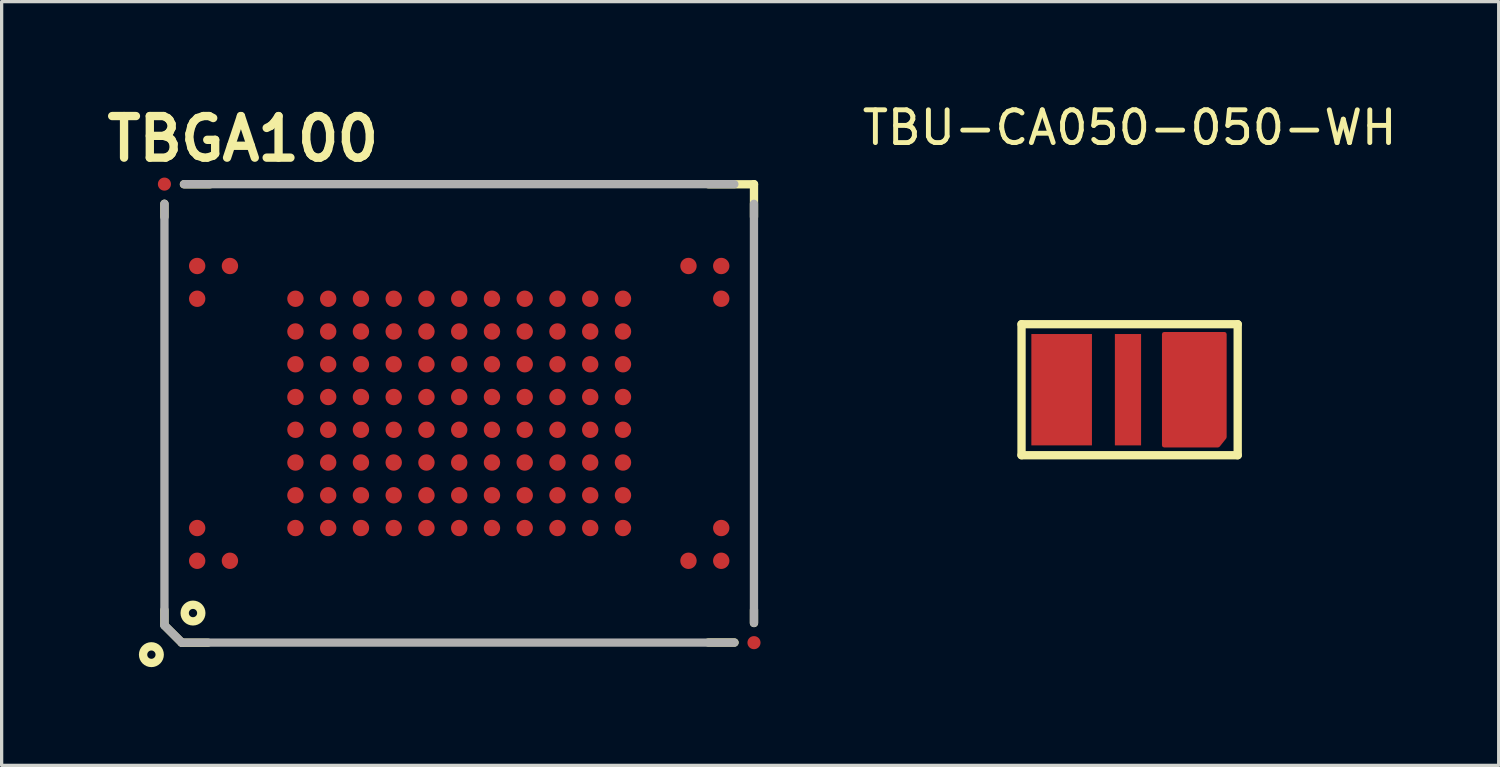
<source format=kicad_pcb>
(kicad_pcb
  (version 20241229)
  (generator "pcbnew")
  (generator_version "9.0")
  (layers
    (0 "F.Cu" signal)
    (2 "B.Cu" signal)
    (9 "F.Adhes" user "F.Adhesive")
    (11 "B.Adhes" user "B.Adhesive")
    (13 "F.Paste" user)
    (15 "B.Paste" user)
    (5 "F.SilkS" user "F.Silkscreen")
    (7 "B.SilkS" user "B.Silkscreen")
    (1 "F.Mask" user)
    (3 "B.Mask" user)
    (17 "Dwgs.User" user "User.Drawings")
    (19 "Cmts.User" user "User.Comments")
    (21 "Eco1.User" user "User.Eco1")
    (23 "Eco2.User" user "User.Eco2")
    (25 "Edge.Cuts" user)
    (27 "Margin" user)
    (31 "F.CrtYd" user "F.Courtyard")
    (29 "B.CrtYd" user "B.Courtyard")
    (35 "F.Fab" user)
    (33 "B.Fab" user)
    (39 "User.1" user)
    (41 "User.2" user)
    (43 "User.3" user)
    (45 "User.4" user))
  (footprint "TBU-CA050-050-WH"
    (layer "F.Cu")
    (at 31.438 8.848)
    (property "Reference" "TBU-CA050-050-WH" (at 0 -8 0) (layer "F.SilkS") (effects (font (size 1 1) (thickness 0.15))))
    (attr smd)
    (fp_line (start -3.3 -2) (end -3.3 2) (stroke (width 0.254) (type solid)) (layer "F.SilkS"))
    (fp_line (start 3.3 -2) (end -3.3 -2) (stroke (width 0.254) (type solid)) (layer "F.SilkS"))
    (fp_line (start 3.3 -2) (end 3.3 2) (stroke (width 0.254) (type solid)) (layer "F.SilkS"))
    (fp_line (start 3.3 2) (end -3.3 2) (stroke (width 0.254) (type solid)) (layer "F.SilkS"))
    (pad "1" smd rect (at -2.075 0) (size 1.85 3.4) (layers "F.Cu" "F.Mask" "F.Paste"))
    (pad "2" smd rect (at -0.05 0) (size 0.8 3.4) (layers "F.Cu" "F.Mask" "F.Paste"))
    (pad "3" smd custom (at 1.975 0) (size 1.85 1.85) (layers "F.Cu" "F.Mask" "F.Paste") (options (anchor rect)) (primitives (gr_poly (pts (xy -0.925 -1.7) (xy -0.925 1.7) (xy 0.725 1.7) (xy 0.925 1.45) (xy 0.925 -1.7)) (width 0.125) (fill yes)))))
  (footprint "TBGA100"
    (layer "F.Cu")
    (at 10.97 9.571)
    (property "Reference" "TBGA100" (at -6.604 -8.382 0) (layer "F.SilkS") (effects (font (size 1.27 1.27) (thickness 0.254))))
    (attr smd)
    (fp_line (start -9 -6.4) (end -9 -6) (stroke (width 0.254) (type solid)) (layer "F.SilkS"))
    (fp_line (start -9 6) (end -9 6.4) (stroke (width 0.254) (type solid)) (layer "F.SilkS"))
    (fp_line (start -8.47 7) (end -9 6.47) (stroke (width 0.254) (type solid)) (layer "F.SilkS"))
    (fp_line (start -8.405 -6.995) (end -7.605 -6.995) (stroke (width 0.254) (type solid)) (layer "F.SilkS"))
    (fp_line (start -7.67 7) (end -8.47 7) (stroke (width 0.254) (type solid)) (layer "F.SilkS"))
    (fp_line (start 7.605 -6.995) (end 9 -6.995) (stroke (width 0.254) (type solid)) (layer "F.SilkS"))
    (fp_line (start 7.605 6.995) (end 8.405 6.995) (stroke (width 0.254) (type solid)) (layer "F.SilkS"))
    (fp_line (start 9 -7) (end 9 -6) (stroke (width 0.254) (type solid)) (layer "F.SilkS"))
    (fp_line (start 9 6) (end 9 6.4) (stroke (width 0.254) (type solid)) (layer "F.SilkS"))
    (fp_circle (center -9.398 7.366) (end -9.144 7.366) (stroke (width 0.254) (type solid)) (fill no) (layer "F.SilkS"))
    (fp_circle (center -8.128 6.096) (end -7.874 6.096) (stroke (width 0.254) (type solid)) (fill no) (layer "F.SilkS"))
    (fp_line (start -8.999 -6.398) (end -8.999 6.472) (stroke (width 0.254) (type solid)) (layer "F.Fab"))
    (fp_line (start -8.999 6.472) (end -8.471 6.998) (stroke (width 0.254) (type solid)) (layer "F.Fab"))
    (fp_line (start -8.471 6.998) (end 8.4 6.998) (stroke (width 0.254) (type solid)) (layer "F.Fab"))
    (fp_line (start 8.4 -6.998) (end -8.4 -6.998) (stroke (width 0.254) (type solid)) (layer "F.Fab"))
    (fp_line (start 8.999 6.398) (end 8.999 -6.398) (stroke (width 0.254) (type solid)) (layer "F.Fab"))
    (pad "A1" smd circle (at -8 4.5 90) (size 0.5 0.5) (layers "F.Cu" "F.Mask" "F.Paste"))
    (pad "A2" smd circle (at -8 3.5 90) (size 0.5 0.5) (layers "F.Cu" "F.Mask" "F.Paste"))
    (pad "A9" smd circle (at -8 -3.5 90) (size 0.5 0.5) (layers "F.Cu" "F.Mask" "F.Paste"))
    (pad "A10" smd circle (at -8 -4.5 90) (size 0.5 0.5) (layers "F.Cu" "F.Mask" "F.Paste"))
    (pad "B1" smd circle (at -7 4.5 90) (size 0.5 0.5) (layers "F.Cu" "F.Mask" "F.Paste"))
    (pad "B10" smd circle (at -7 -4.5 90) (size 0.5 0.5) (layers "F.Cu" "F.Mask" "F.Paste"))
    (pad "D2" smd circle (at -5 3.5 90) (size 0.5 0.5) (layers "F.Cu" "F.Mask" "F.Paste"))
    (pad "D3" smd circle (at -5 2.5 90) (size 0.5 0.5) (layers "F.Cu" "F.Mask" "F.Paste"))
    (pad "D4" smd circle (at -5 1.5 90) (size 0.5 0.5) (layers "F.Cu" "F.Mask" "F.Paste"))
    (pad "D5" smd circle (at -5 0.5 90) (size 0.5 0.5) (layers "F.Cu" "F.Mask" "F.Paste"))
    (pad "D6" smd circle (at -5 -0.5 90) (size 0.5 0.5) (layers "F.Cu" "F.Mask" "F.Paste"))
    (pad "D7" smd circle (at -5 -1.5 90) (size 0.5 0.5) (layers "F.Cu" "F.Mask" "F.Paste"))
    (pad "D8" smd circle (at -5 -2.5 90) (size 0.5 0.5) (layers "F.Cu" "F.Mask" "F.Paste"))
    (pad "D9" smd circle (at -5 -3.5 90) (size 0.5 0.5) (layers "F.Cu" "F.Mask" "F.Paste"))
    (pad "E2" smd circle (at -4 3.5 90) (size 0.5 0.5) (layers "F.Cu" "F.Mask" "F.Paste"))
    (pad "E3" smd circle (at -4 2.5 90) (size 0.5 0.5) (layers "F.Cu" "F.Mask" "F.Paste"))
    (pad "E4" smd circle (at -4 1.5 90) (size 0.5 0.5) (layers "F.Cu" "F.Mask" "F.Paste"))
    (pad "E5" smd circle (at -4 0.5 90) (size 0.5 0.5) (layers "F.Cu" "F.Mask" "F.Paste"))
    (pad "E6" smd circle (at -4 -0.5 90) (size 0.5 0.5) (layers "F.Cu" "F.Mask" "F.Paste"))
    (pad "E7" smd circle (at -4 -1.5 90) (size 0.5 0.5) (layers "F.Cu" "F.Mask" "F.Paste"))
    (pad "E8" smd circle (at -4 -2.5 90) (size 0.5 0.5) (layers "F.Cu" "F.Mask" "F.Paste"))
    (pad "E9" smd circle (at -4 -3.5 90) (size 0.5 0.5) (layers "F.Cu" "F.Mask" "F.Paste"))
    (pad "F2" smd circle (at -3 3.5 90) (size 0.5 0.5) (layers "F.Cu" "F.Mask" "F.Paste"))
    (pad "F3" smd circle (at -3 2.5 90) (size 0.5 0.5) (layers "F.Cu" "F.Mask" "F.Paste"))
    (pad "F4" smd circle (at -3 1.5 90) (size 0.5 0.5) (layers "F.Cu" "F.Mask" "F.Paste"))
    (pad "F5" smd circle (at -3 0.5 90) (size 0.5 0.5) (layers "F.Cu" "F.Mask" "F.Paste"))
    (pad "F6" smd circle (at -3 -0.5 90) (size 0.5 0.5) (layers "F.Cu" "F.Mask" "F.Paste"))
    (pad "F7" smd circle (at -3 -1.5 90) (size 0.5 0.5) (layers "F.Cu" "F.Mask" "F.Paste"))
    (pad "F8" smd circle (at -3 -2.5 90) (size 0.5 0.5) (layers "F.Cu" "F.Mask" "F.Paste"))
    (pad "F9" smd circle (at -3 -3.5 90) (size 0.5 0.5) (layers "F.Cu" "F.Mask" "F.Paste"))
    (pad "FID1" smd circle (at 9 7 90) (size 0.4 0.4) (layers "F.Cu" "F.Mask"))
    (pad "FID3" smd circle (at -9 -7 90) (size 0.4 0.4) (layers "F.Cu" "F.Mask"))
    (pad "G2" smd circle (at -2 3.5 90) (size 0.5 0.5) (layers "F.Cu" "F.Mask" "F.Paste"))
    (pad "G3" smd circle (at -2 2.5 90) (size 0.5 0.5) (layers "F.Cu" "F.Mask" "F.Paste"))
    (pad "G4" smd circle (at -2 1.5 90) (size 0.5 0.5) (layers "F.Cu" "F.Mask" "F.Paste"))
    (pad "G5" smd circle (at -2 0.5 90) (size 0.5 0.5) (layers "F.Cu" "F.Mask" "F.Paste"))
    (pad "G6" smd circle (at -2 -0.5 90) (size 0.5 0.5) (layers "F.Cu" "F.Mask" "F.Paste"))
    (pad "G7" smd circle (at -2 -1.5 90) (size 0.5 0.5) (layers "F.Cu" "F.Mask" "F.Paste"))
    (pad "G8" smd circle (at -2 -2.5 90) (size 0.5 0.5) (layers "F.Cu" "F.Mask" "F.Paste"))
    (pad "G9" smd circle (at -2 -3.5 90) (size 0.5 0.5) (layers "F.Cu" "F.Mask" "F.Paste"))
    (pad "H2" smd circle (at -1 3.5 90) (size 0.5 0.5) (layers "F.Cu" "F.Mask" "F.Paste"))
    (pad "H3" smd circle (at -1 2.5 90) (size 0.5 0.5) (layers "F.Cu" "F.Mask" "F.Paste"))
    (pad "H4" smd circle (at -1 1.5 90) (size 0.5 0.5) (layers "F.Cu" "F.Mask" "F.Paste"))
    (pad "H5" smd circle (at -1 0.5 90) (size 0.5 0.5) (layers "F.Cu" "F.Mask" "F.Paste"))
    (pad "H6" smd circle (at -1 -0.5 90) (size 0.5 0.5) (layers "F.Cu" "F.Mask" "F.Paste"))
    (pad "H7" smd circle (at -1 -1.5 90) (size 0.5 0.5) (layers "F.Cu" "F.Mask" "F.Paste"))
    (pad "H8" smd circle (at -1 -2.5 90) (size 0.5 0.5) (layers "F.Cu" "F.Mask" "F.Paste"))
    (pad "H9" smd circle (at -1 -3.5 90) (size 0.5 0.5) (layers "F.Cu" "F.Mask" "F.Paste"))
    (pad "J2" smd circle (at 0 3.5 90) (size 0.5 0.5) (layers "F.Cu" "F.Mask" "F.Paste"))
    (pad "J3" smd circle (at 0 2.5 90) (size 0.5 0.5) (layers "F.Cu" "F.Mask" "F.Paste"))
    (pad "J4" smd circle (at 0 1.5 90) (size 0.5 0.5) (layers "F.Cu" "F.Mask" "F.Paste"))
    (pad "J5" smd circle (at 0 0.5 90) (size 0.5 0.5) (layers "F.Cu" "F.Mask" "F.Paste"))
    (pad "J6" smd circle (at 0 -0.5 90) (size 0.5 0.5) (layers "F.Cu" "F.Mask" "F.Paste"))
    (pad "J7" smd circle (at 0 -1.5 90) (size 0.5 0.5) (layers "F.Cu" "F.Mask" "F.Paste"))
    (pad "J8" smd circle (at 0 -2.5 90) (size 0.5 0.5) (layers "F.Cu" "F.Mask" "F.Paste"))
    (pad "J9" smd circle (at 0 -3.5 90) (size 0.5 0.5) (layers "F.Cu" "F.Mask" "F.Paste"))
    (pad "K2" smd circle (at 1 3.5 90) (size 0.5 0.5) (layers "F.Cu" "F.Mask" "F.Paste"))
    (pad "K3" smd circle (at 1 2.5 90) (size 0.5 0.5) (layers "F.Cu" "F.Mask" "F.Paste"))
    (pad "K4" smd circle (at 1 1.5 90) (size 0.5 0.5) (layers "F.Cu" "F.Mask" "F.Paste"))
    (pad "K5" smd circle (at 1 0.5 90) (size 0.5 0.5) (layers "F.Cu" "F.Mask" "F.Paste"))
    (pad "K6" smd circle (at 1 -0.5 90) (size 0.5 0.5) (layers "F.Cu" "F.Mask" "F.Paste"))
    (pad "K7" smd circle (at 1 -1.5 90) (size 0.5 0.5) (layers "F.Cu" "F.Mask" "F.Paste"))
    (pad "K8" smd circle (at 1 -2.5 90) (size 0.5 0.5) (layers "F.Cu" "F.Mask" "F.Paste"))
    (pad "K9" smd circle (at 1 -3.5 90) (size 0.5 0.5) (layers "F.Cu" "F.Mask" "F.Paste"))
    (pad "L2" smd circle (at 2 3.5 90) (size 0.5 0.5) (layers "F.Cu" "F.Mask" "F.Paste"))
    (pad "L3" smd circle (at 2 2.5 90) (size 0.5 0.5) (layers "F.Cu" "F.Mask" "F.Paste"))
    (pad "L4" smd circle (at 2 1.5 90) (size 0.5 0.5) (layers "F.Cu" "F.Mask" "F.Paste"))
    (pad "L5" smd circle (at 2 0.5 90) (size 0.5 0.5) (layers "F.Cu" "F.Mask" "F.Paste"))
    (pad "L6" smd circle (at 2 -0.5 90) (size 0.5 0.5) (layers "F.Cu" "F.Mask" "F.Paste"))
    (pad "L7" smd circle (at 2 -1.5 90) (size 0.5 0.5) (layers "F.Cu" "F.Mask" "F.Paste"))
    (pad "L8" smd circle (at 2 -2.5 90) (size 0.5 0.5) (layers "F.Cu" "F.Mask" "F.Paste"))
    (pad "L9" smd circle (at 2 -3.5 90) (size 0.5 0.5) (layers "F.Cu" "F.Mask" "F.Paste"))
    (pad "M2" smd circle (at 3 3.5 90) (size 0.5 0.5) (layers "F.Cu" "F.Mask" "F.Paste"))
    (pad "M3" smd circle (at 3 2.5 90) (size 0.5 0.5) (layers "F.Cu" "F.Mask" "F.Paste"))
    (pad "M4" smd circle (at 3 1.5 90) (size 0.5 0.5) (layers "F.Cu" "F.Mask" "F.Paste"))
    (pad "M5" smd circle (at 3 0.5 90) (size 0.5 0.5) (layers "F.Cu" "F.Mask" "F.Paste"))
    (pad "M6" smd circle (at 3 -0.5 90) (size 0.5 0.5) (layers "F.Cu" "F.Mask" "F.Paste"))
    (pad "M7" smd circle (at 3 -1.5 90) (size 0.5 0.5) (layers "F.Cu" "F.Mask" "F.Paste"))
    (pad "M8" smd circle (at 3 -2.5 90) (size 0.5 0.5) (layers "F.Cu" "F.Mask" "F.Paste"))
    (pad "M9" smd circle (at 3 -3.5 90) (size 0.5 0.5) (layers "F.Cu" "F.Mask" "F.Paste"))
    (pad "N2" smd circle (at 4 3.5 90) (size 0.5 0.5) (layers "F.Cu" "F.Mask" "F.Paste"))
    (pad "N3" smd circle (at 4 2.5 90) (size 0.5 0.5) (layers "F.Cu" "F.Mask" "F.Paste"))
    (pad "N4" smd circle (at 4 1.5 90) (size 0.5 0.5) (layers "F.Cu" "F.Mask" "F.Paste"))
    (pad "N5" smd circle (at 4 0.5 90) (size 0.5 0.5) (layers "F.Cu" "F.Mask" "F.Paste"))
    (pad "N6" smd circle (at 4 -0.5 90) (size 0.5 0.5) (layers "F.Cu" "F.Mask" "F.Paste"))
    (pad "N7" smd circle (at 4 -1.5 90) (size 0.5 0.5) (layers "F.Cu" "F.Mask" "F.Paste"))
    (pad "N8" smd circle (at 4 -2.5 90) (size 0.5 0.5) (layers "F.Cu" "F.Mask" "F.Paste"))
    (pad "N9" smd circle (at 4 -3.5 90) (size 0.5 0.5) (layers "F.Cu" "F.Mask" "F.Paste"))
    (pad "P2" smd circle (at 5 3.5 90) (size 0.5 0.5) (layers "F.Cu" "F.Mask" "F.Paste"))
    (pad "P3" smd circle (at 5 2.5 90) (size 0.5 0.5) (layers "F.Cu" "F.Mask" "F.Paste"))
    (pad "P4" smd circle (at 5 1.5 90) (size 0.5 0.5) (layers "F.Cu" "F.Mask" "F.Paste"))
    (pad "P5" smd circle (at 5 0.5 90) (size 0.5 0.5) (layers "F.Cu" "F.Mask" "F.Paste"))
    (pad "P6" smd circle (at 5 -0.5 90) (size 0.5 0.5) (layers "F.Cu" "F.Mask" "F.Paste"))
    (pad "P7" smd circle (at 5 -1.5 90) (size 0.5 0.5) (layers "F.Cu" "F.Mask" "F.Paste"))
    (pad "P8" smd circle (at 5 -2.5 90) (size 0.5 0.5) (layers "F.Cu" "F.Mask" "F.Paste"))
    (pad "P9" smd circle (at 5 -3.5 90) (size 0.5 0.5) (layers "F.Cu" "F.Mask" "F.Paste"))
    (pad "T1" smd circle (at 7 4.5 90) (size 0.5 0.5) (layers "F.Cu" "F.Mask" "F.Paste"))
    (pad "T10" smd circle (at 7 -4.5 90) (size 0.5 0.5) (layers "F.Cu" "F.Mask" "F.Paste"))
    (pad "U1" smd circle (at 8 4.5 90) (size 0.5 0.5) (layers "F.Cu" "F.Mask" "F.Paste"))
    (pad "U2" smd circle (at 8 3.5 90) (size 0.5 0.5) (layers "F.Cu" "F.Mask" "F.Paste"))
    (pad "U9" smd circle (at 8 -3.5 90) (size 0.5 0.5) (layers "F.Cu" "F.Mask" "F.Paste"))
    (pad "U10" smd circle (at 8 -4.5 90) (size 0.5 0.5) (layers "F.Cu" "F.Mask" "F.Paste")))
  (gr_rect
    (start -3 -3)
    (end 42.706 20.318)
    (stroke (width 0.1) (type default))
    (fill no)
    (layer "Edge.Cuts")))
</source>
